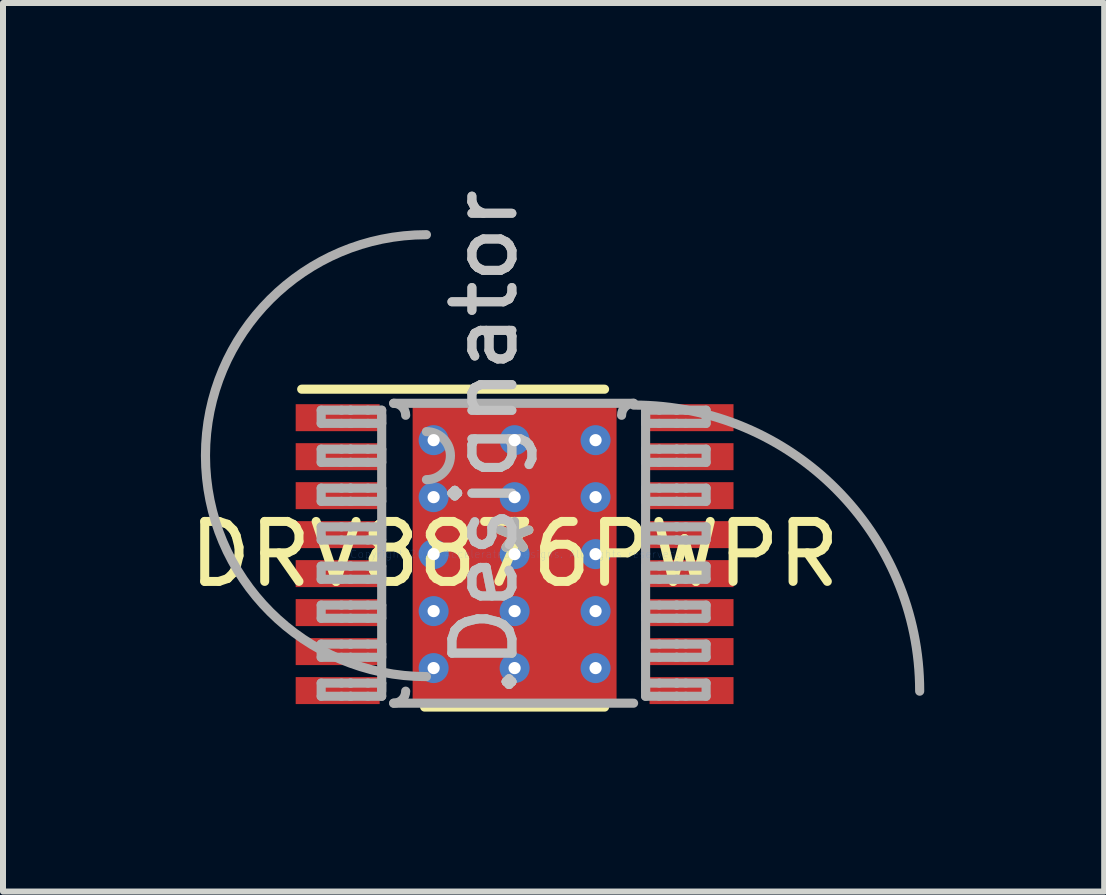
<source format=kicad_pcb>
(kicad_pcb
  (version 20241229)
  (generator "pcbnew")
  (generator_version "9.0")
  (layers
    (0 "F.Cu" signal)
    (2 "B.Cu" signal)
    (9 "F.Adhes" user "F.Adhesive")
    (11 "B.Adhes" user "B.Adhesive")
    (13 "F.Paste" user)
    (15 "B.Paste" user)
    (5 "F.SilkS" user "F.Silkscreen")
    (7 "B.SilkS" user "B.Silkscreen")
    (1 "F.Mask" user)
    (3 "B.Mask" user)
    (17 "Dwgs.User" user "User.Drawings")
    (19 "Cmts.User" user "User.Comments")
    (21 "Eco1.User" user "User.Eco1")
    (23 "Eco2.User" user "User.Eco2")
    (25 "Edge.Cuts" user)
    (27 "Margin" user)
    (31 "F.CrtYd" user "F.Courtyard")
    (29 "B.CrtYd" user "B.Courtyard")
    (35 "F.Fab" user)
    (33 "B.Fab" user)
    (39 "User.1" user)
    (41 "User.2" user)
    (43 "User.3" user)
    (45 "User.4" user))
  (footprint "DRV8876PWPR"
    (layer "F.Cu")
    (at 5.53 6.189)
    (property "Reference" "DRV8876PWPR" (at 0 0 0) (layer "F.SilkS") (effects (font (size 1 1) (thickness 0.15))))
    (attr through_hole)
    (fp_line (start -1.23 -1.726) (end -1.229 -1.735) (stroke (width 0.152) (type solid)) (layer "F.Mask"))
    (fp_line (start -1.23 1.726) (end -1.23 -1.726) (stroke (width 0.152) (type solid)) (layer "F.Mask"))
    (fp_line (start -1.229 -1.735) (end -1.226 -1.745) (stroke (width 0.152) (type solid)) (layer "F.Mask"))
    (fp_line (start -1.229 1.735) (end -1.23 1.726) (stroke (width 0.152) (type solid)) (layer "F.Mask"))
    (fp_line (start -1.226 -1.745) (end -1.222 -1.753) (stroke (width 0.152) (type solid)) (layer "F.Mask"))
    (fp_line (start -1.226 1.745) (end -1.229 1.735) (stroke (width 0.152) (type solid)) (layer "F.Mask"))
    (fp_line (start -1.222 -1.753) (end -1.216 -1.761) (stroke (width 0.152) (type solid)) (layer "F.Mask"))
    (fp_line (start -1.222 1.753) (end -1.226 1.745) (stroke (width 0.152) (type solid)) (layer "F.Mask"))
    (fp_line (start -1.216 -1.761) (end -1.208 -1.767) (stroke (width 0.152) (type solid)) (layer "F.Mask"))
    (fp_line (start -1.216 1.761) (end -1.222 1.753) (stroke (width 0.152) (type solid)) (layer "F.Mask"))
    (fp_line (start -1.208 -1.767) (end -1.2 -1.771) (stroke (width 0.152) (type solid)) (layer "F.Mask"))
    (fp_line (start -1.208 1.767) (end -1.216 1.761) (stroke (width 0.152) (type solid)) (layer "F.Mask"))
    (fp_line (start -1.2 -1.771) (end -1.19 -1.774) (stroke (width 0.152) (type solid)) (layer "F.Mask"))
    (fp_line (start -1.2 1.771) (end -1.208 1.767) (stroke (width 0.152) (type solid)) (layer "F.Mask"))
    (fp_line (start -1.19 -1.774) (end -1.181 -1.775) (stroke (width 0.152) (type solid)) (layer "F.Mask"))
    (fp_line (start -1.19 1.774) (end -1.2 1.771) (stroke (width 0.152) (type solid)) (layer "F.Mask"))
    (fp_line (start -1.181 -1.775) (end 1.181 -1.775) (stroke (width 0.152) (type solid)) (layer "F.Mask"))
    (fp_line (start -1.181 1.775) (end -1.19 1.774) (stroke (width 0.152) (type solid)) (layer "F.Mask"))
    (fp_line (start 1.181 -1.775) (end 1.19 -1.774) (stroke (width 0.152) (type solid)) (layer "F.Mask"))
    (fp_line (start 1.181 1.775) (end -1.181 1.775) (stroke (width 0.152) (type solid)) (layer "F.Mask"))
    (fp_line (start 1.19 -1.774) (end 1.2 -1.771) (stroke (width 0.152) (type solid)) (layer "F.Mask"))
    (fp_line (start 1.19 1.774) (end 1.181 1.775) (stroke (width 0.152) (type solid)) (layer "F.Mask"))
    (fp_line (start 1.2 -1.771) (end 1.208 -1.767) (stroke (width 0.152) (type solid)) (layer "F.Mask"))
    (fp_line (start 1.2 1.771) (end 1.19 1.774) (stroke (width 0.152) (type solid)) (layer "F.Mask"))
    (fp_line (start 1.208 -1.767) (end 1.216 -1.761) (stroke (width 0.152) (type solid)) (layer "F.Mask"))
    (fp_line (start 1.208 1.767) (end 1.2 1.771) (stroke (width 0.152) (type solid)) (layer "F.Mask"))
    (fp_line (start 1.216 -1.761) (end 1.222 -1.753) (stroke (width 0.152) (type solid)) (layer "F.Mask"))
    (fp_line (start 1.216 1.761) (end 1.208 1.767) (stroke (width 0.152) (type solid)) (layer "F.Mask"))
    (fp_line (start 1.222 -1.753) (end 1.226 -1.745) (stroke (width 0.152) (type solid)) (layer "F.Mask"))
    (fp_line (start 1.222 1.753) (end 1.216 1.761) (stroke (width 0.152) (type solid)) (layer "F.Mask"))
    (fp_line (start 1.226 -1.745) (end 1.229 -1.735) (stroke (width 0.152) (type solid)) (layer "F.Mask"))
    (fp_line (start 1.226 1.745) (end 1.222 1.753) (stroke (width 0.152) (type solid)) (layer "F.Mask"))
    (fp_line (start 1.229 -1.735) (end 1.23 -1.726) (stroke (width 0.152) (type solid)) (layer "F.Mask"))
    (fp_line (start 1.229 1.735) (end 1.226 1.745) (stroke (width 0.152) (type solid)) (layer "F.Mask"))
    (fp_line (start 1.23 -1.726) (end 1.23 1.726) (stroke (width 0.152) (type solid)) (layer "F.Mask"))
    (fp_line (start 1.23 1.726) (end 1.229 1.735) (stroke (width 0.152) (type solid)) (layer "F.Mask"))
    (fp_line (start -3.55 -2.75) (end 1.5 -2.75) (stroke (width 0.152) (type solid)) (layer "F.SilkS"))
    (fp_line (start -1.5 2.55) (end 1.5 2.55) (stroke (width 0.152) (type solid)) (layer "F.SilkS"))
    (fp_line (start -1.23 -1.726) (end -1.229 -1.735) (stroke (width 0.152) (type solid)) (layer "F.Paste"))
    (fp_line (start -1.23 1.726) (end -1.23 -1.726) (stroke (width 0.152) (type solid)) (layer "F.Paste"))
    (fp_line (start -1.229 -1.735) (end -1.226 -1.745) (stroke (width 0.152) (type solid)) (layer "F.Paste"))
    (fp_line (start -1.229 1.735) (end -1.23 1.726) (stroke (width 0.152) (type solid)) (layer "F.Paste"))
    (fp_line (start -1.226 -1.745) (end -1.222 -1.753) (stroke (width 0.152) (type solid)) (layer "F.Paste"))
    (fp_line (start -1.226 1.745) (end -1.229 1.735) (stroke (width 0.152) (type solid)) (layer "F.Paste"))
    (fp_line (start -1.222 -1.753) (end -1.216 -1.761) (stroke (width 0.152) (type solid)) (layer "F.Paste"))
    (fp_line (start -1.222 1.753) (end -1.226 1.745) (stroke (width 0.152) (type solid)) (layer "F.Paste"))
    (fp_line (start -1.216 -1.761) (end -1.208 -1.767) (stroke (width 0.152) (type solid)) (layer "F.Paste"))
    (fp_line (start -1.216 1.761) (end -1.222 1.753) (stroke (width 0.152) (type solid)) (layer "F.Paste"))
    (fp_line (start -1.208 -1.767) (end -1.2 -1.771) (stroke (width 0.152) (type solid)) (layer "F.Paste"))
    (fp_line (start -1.208 1.767) (end -1.216 1.761) (stroke (width 0.152) (type solid)) (layer "F.Paste"))
    (fp_line (start -1.2 -1.771) (end -1.19 -1.774) (stroke (width 0.152) (type solid)) (layer "F.Paste"))
    (fp_line (start -1.2 1.771) (end -1.208 1.767) (stroke (width 0.152) (type solid)) (layer "F.Paste"))
    (fp_line (start -1.19 -1.774) (end -1.181 -1.775) (stroke (width 0.152) (type solid)) (layer "F.Paste"))
    (fp_line (start -1.19 1.774) (end -1.2 1.771) (stroke (width 0.152) (type solid)) (layer "F.Paste"))
    (fp_line (start -1.181 -1.775) (end 1.181 -1.775) (stroke (width 0.152) (type solid)) (layer "F.Paste"))
    (fp_line (start -1.181 1.775) (end -1.19 1.774) (stroke (width 0.152) (type solid)) (layer "F.Paste"))
    (fp_line (start 1.181 -1.775) (end 1.19 -1.774) (stroke (width 0.152) (type solid)) (layer "F.Paste"))
    (fp_line (start 1.181 1.775) (end -1.181 1.775) (stroke (width 0.152) (type solid)) (layer "F.Paste"))
    (fp_line (start 1.19 -1.774) (end 1.2 -1.771) (stroke (width 0.152) (type solid)) (layer "F.Paste"))
    (fp_line (start 1.19 1.774) (end 1.181 1.775) (stroke (width 0.152) (type solid)) (layer "F.Paste"))
    (fp_line (start 1.2 -1.771) (end 1.208 -1.767) (stroke (width 0.152) (type solid)) (layer "F.Paste"))
    (fp_line (start 1.2 1.771) (end 1.19 1.774) (stroke (width 0.152) (type solid)) (layer "F.Paste"))
    (fp_line (start 1.208 -1.767) (end 1.216 -1.761) (stroke (width 0.152) (type solid)) (layer "F.Paste"))
    (fp_line (start 1.208 1.767) (end 1.2 1.771) (stroke (width 0.152) (type solid)) (layer "F.Paste"))
    (fp_line (start 1.216 -1.761) (end 1.222 -1.753) (stroke (width 0.152) (type solid)) (layer "F.Paste"))
    (fp_line (start 1.216 1.761) (end 1.208 1.767) (stroke (width 0.152) (type solid)) (layer "F.Paste"))
    (fp_line (start 1.222 -1.753) (end 1.226 -1.745) (stroke (width 0.152) (type solid)) (layer "F.Paste"))
    (fp_line (start 1.222 1.753) (end 1.216 1.761) (stroke (width 0.152) (type solid)) (layer "F.Paste"))
    (fp_line (start 1.226 -1.745) (end 1.229 -1.735) (stroke (width 0.152) (type solid)) (layer "F.Paste"))
    (fp_line (start 1.226 1.745) (end 1.222 1.753) (stroke (width 0.152) (type solid)) (layer "F.Paste"))
    (fp_line (start 1.229 -1.735) (end 1.23 -1.726) (stroke (width 0.152) (type solid)) (layer "F.Paste"))
    (fp_line (start 1.229 1.735) (end 1.226 1.745) (stroke (width 0.152) (type solid)) (layer "F.Paste"))
    (fp_line (start 1.23 -1.726) (end 1.23 1.726) (stroke (width 0.152) (type solid)) (layer "F.Paste"))
    (fp_line (start 1.23 1.726) (end 1.229 1.735) (stroke (width 0.152) (type solid)) (layer "F.Paste"))
    (fp_line (start -3.225 -2.4) (end -2.887 -2.4) (stroke (width 0.152) (type solid)) (layer "F.Fab"))
    (fp_line (start -3.225 -2.18) (end -3.225 -2.4) (stroke (width 0.152) (type solid)) (layer "F.Fab"))
    (fp_line (start -3.225 -2.18) (end -2.887 -2.18) (stroke (width 0.152) (type solid)) (layer "F.Fab"))
    (fp_line (start -3.225 -1.75) (end -2.887 -1.75) (stroke (width 0.152) (type solid)) (layer "F.Fab"))
    (fp_line (start -3.225 -1.53) (end -3.225 -1.75) (stroke (width 0.152) (type solid)) (layer "F.Fab"))
    (fp_line (start -3.225 -1.53) (end -2.887 -1.53) (stroke (width 0.152) (type solid)) (layer "F.Fab"))
    (fp_line (start -3.225 -1.1) (end -2.887 -1.1) (stroke (width 0.152) (type solid)) (layer "F.Fab"))
    (fp_line (start -3.225 -0.88) (end -3.225 -1.1) (stroke (width 0.152) (type solid)) (layer "F.Fab"))
    (fp_line (start -3.225 -0.88) (end -2.887 -0.88) (stroke (width 0.152) (type solid)) (layer "F.Fab"))
    (fp_line (start -3.225 -0.455) (end -2.887 -0.455) (stroke (width 0.152) (type solid)) (layer "F.Fab"))
    (fp_line (start -3.225 -0.235) (end -3.225 -0.455) (stroke (width 0.152) (type solid)) (layer "F.Fab"))
    (fp_line (start -3.225 -0.235) (end -2.887 -0.235) (stroke (width 0.152) (type solid)) (layer "F.Fab"))
    (fp_line (start -3.225 0.2) (end -2.887 0.2) (stroke (width 0.152) (type solid)) (layer "F.Fab"))
    (fp_line (start -3.225 0.42) (end -3.225 0.2) (stroke (width 0.152) (type solid)) (layer "F.Fab"))
    (fp_line (start -3.225 0.42) (end -2.887 0.42) (stroke (width 0.152) (type solid)) (layer "F.Fab"))
    (fp_line (start -3.225 0.85) (end -2.887 0.85) (stroke (width 0.152) (type solid)) (layer "F.Fab"))
    (fp_line (start -3.225 1.07) (end -3.225 0.85) (stroke (width 0.152) (type solid)) (layer "F.Fab"))
    (fp_line (start -3.225 1.07) (end -2.887 1.07) (stroke (width 0.152) (type solid)) (layer "F.Fab"))
    (fp_line (start -3.225 1.5) (end -2.887 1.5) (stroke (width 0.152) (type solid)) (layer "F.Fab"))
    (fp_line (start -3.225 1.72) (end -3.225 1.5) (stroke (width 0.152) (type solid)) (layer "F.Fab"))
    (fp_line (start -3.225 1.72) (end -2.887 1.72) (stroke (width 0.152) (type solid)) (layer "F.Fab"))
    (fp_line (start -3.225 2.15) (end -2.887 2.15) (stroke (width 0.152) (type solid)) (layer "F.Fab"))
    (fp_line (start -3.225 2.37) (end -3.225 2.15) (stroke (width 0.152) (type solid)) (layer "F.Fab"))
    (fp_line (start -3.225 2.37) (end -2.887 2.37) (stroke (width 0.152) (type solid)) (layer "F.Fab"))
    (fp_line (start -2.887 -2.4) (end -2.739 -2.4) (stroke (width 0.152) (type solid)) (layer "F.Fab"))
    (fp_line (start -2.887 -2.18) (end -2.739 -2.18) (stroke (width 0.152) (type solid)) (layer "F.Fab"))
    (fp_line (start -2.887 -1.75) (end -2.739 -1.75) (stroke (width 0.152) (type solid)) (layer "F.Fab"))
    (fp_line (start -2.887 -1.53) (end -2.739 -1.53) (stroke (width 0.152) (type solid)) (layer "F.Fab"))
    (fp_line (start -2.887 -1.1) (end -2.739 -1.1) (stroke (width 0.152) (type solid)) (layer "F.Fab"))
    (fp_line (start -2.887 -0.88) (end -2.739 -0.88) (stroke (width 0.152) (type solid)) (layer "F.Fab"))
    (fp_line (start -2.887 -0.455) (end -2.739 -0.455) (stroke (width 0.152) (type solid)) (layer "F.Fab"))
    (fp_line (start -2.887 -0.235) (end -2.739 -0.235) (stroke (width 0.152) (type solid)) (layer "F.Fab"))
    (fp_line (start -2.887 0.2) (end -2.739 0.2) (stroke (width 0.152) (type solid)) (layer "F.Fab"))
    (fp_line (start -2.887 0.42) (end -2.739 0.42) (stroke (width 0.152) (type solid)) (layer "F.Fab"))
    (fp_line (start -2.887 0.85) (end -2.739 0.85) (stroke (width 0.152) (type solid)) (layer "F.Fab"))
    (fp_line (start -2.887 1.07) (end -2.739 1.07) (stroke (width 0.152) (type solid)) (layer "F.Fab"))
    (fp_line (start -2.887 1.5) (end -2.739 1.5) (stroke (width 0.152) (type solid)) (layer "F.Fab"))
    (fp_line (start -2.887 1.72) (end -2.739 1.72) (stroke (width 0.152) (type solid)) (layer "F.Fab"))
    (fp_line (start -2.887 2.15) (end -2.739 2.15) (stroke (width 0.152) (type solid)) (layer "F.Fab"))
    (fp_line (start -2.887 2.37) (end -2.739 2.37) (stroke (width 0.152) (type solid)) (layer "F.Fab"))
    (fp_line (start -2.739 -2.4) (end -2.73 -2.4) (stroke (width 0.152) (type solid)) (layer "F.Fab"))
    (fp_line (start -2.739 -2.18) (end -2.73 -2.18) (stroke (width 0.152) (type solid)) (layer "F.Fab"))
    (fp_line (start -2.739 -1.75) (end -2.73 -1.75) (stroke (width 0.152) (type solid)) (layer "F.Fab"))
    (fp_line (start -2.739 -1.53) (end -2.73 -1.53) (stroke (width 0.152) (type solid)) (layer "F.Fab"))
    (fp_line (start -2.739 -1.1) (end -2.73 -1.1) (stroke (width 0.152) (type solid)) (layer "F.Fab"))
    (fp_line (start -2.739 -0.88) (end -2.73 -0.88) (stroke (width 0.152) (type solid)) (layer "F.Fab"))
    (fp_line (start -2.739 -0.455) (end -2.73 -0.455) (stroke (width 0.152) (type solid)) (layer "F.Fab"))
    (fp_line (start -2.739 -0.235) (end -2.73 -0.235) (stroke (width 0.152) (type solid)) (layer "F.Fab"))
    (fp_line (start -2.739 0.2) (end -2.73 0.2) (stroke (width 0.152) (type solid)) (layer "F.Fab"))
    (fp_line (start -2.739 0.42) (end -2.73 0.42) (stroke (width 0.152) (type solid)) (layer "F.Fab"))
    (fp_line (start -2.739 0.85) (end -2.73 0.85) (stroke (width 0.152) (type solid)) (layer "F.Fab"))
    (fp_line (start -2.739 1.07) (end -2.73 1.07) (stroke (width 0.152) (type solid)) (layer "F.Fab"))
    (fp_line (start -2.739 1.5) (end -2.73 1.5) (stroke (width 0.152) (type solid)) (layer "F.Fab"))
    (fp_line (start -2.739 1.72) (end -2.73 1.72) (stroke (width 0.152) (type solid)) (layer "F.Fab"))
    (fp_line (start -2.739 2.15) (end -2.73 2.15) (stroke (width 0.152) (type solid)) (layer "F.Fab"))
    (fp_line (start -2.739 2.37) (end -2.73 2.37) (stroke (width 0.152) (type solid)) (layer "F.Fab"))
    (fp_line (start -2.73 -2.4) (end -2.446 -2.4) (stroke (width 0.152) (type solid)) (layer "F.Fab"))
    (fp_line (start -2.73 -2.18) (end -2.446 -2.18) (stroke (width 0.152) (type solid)) (layer "F.Fab"))
    (fp_line (start -2.73 -1.75) (end -2.446 -1.75) (stroke (width 0.152) (type solid)) (layer "F.Fab"))
    (fp_line (start -2.73 -1.53) (end -2.446 -1.53) (stroke (width 0.152) (type solid)) (layer "F.Fab"))
    (fp_line (start -2.73 -1.1) (end -2.446 -1.1) (stroke (width 0.152) (type solid)) (layer "F.Fab"))
    (fp_line (start -2.73 -0.88) (end -2.446 -0.88) (stroke (width 0.152) (type solid)) (layer "F.Fab"))
    (fp_line (start -2.73 -0.455) (end -2.446 -0.455) (stroke (width 0.152) (type solid)) (layer "F.Fab"))
    (fp_line (start -2.73 -0.235) (end -2.446 -0.235) (stroke (width 0.152) (type solid)) (layer "F.Fab"))
    (fp_line (start -2.73 0.2) (end -2.446 0.2) (stroke (width 0.152) (type solid)) (layer "F.Fab"))
    (fp_line (start -2.73 0.42) (end -2.446 0.42) (stroke (width 0.152) (type solid)) (layer "F.Fab"))
    (fp_line (start -2.73 0.85) (end -2.446 0.85) (stroke (width 0.152) (type solid)) (layer "F.Fab"))
    (fp_line (start -2.73 1.07) (end -2.446 1.07) (stroke (width 0.152) (type solid)) (layer "F.Fab"))
    (fp_line (start -2.73 1.5) (end -2.446 1.5) (stroke (width 0.152) (type solid)) (layer "F.Fab"))
    (fp_line (start -2.73 1.72) (end -2.446 1.72) (stroke (width 0.152) (type solid)) (layer "F.Fab"))
    (fp_line (start -2.73 2.15) (end -2.446 2.15) (stroke (width 0.152) (type solid)) (layer "F.Fab"))
    (fp_line (start -2.73 2.37) (end -2.446 2.37) (stroke (width 0.152) (type solid)) (layer "F.Fab"))
    (fp_line (start -2.446 -2.4) (end -2.216 -2.4) (stroke (width 0.152) (type solid)) (layer "F.Fab"))
    (fp_line (start -2.446 -2.18) (end -2.216 -2.18) (stroke (width 0.152) (type solid)) (layer "F.Fab"))
    (fp_line (start -2.446 -1.75) (end -2.216 -1.75) (stroke (width 0.152) (type solid)) (layer "F.Fab"))
    (fp_line (start -2.446 -1.53) (end -2.216 -1.53) (stroke (width 0.152) (type solid)) (layer "F.Fab"))
    (fp_line (start -2.446 -1.1) (end -2.216 -1.1) (stroke (width 0.152) (type solid)) (layer "F.Fab"))
    (fp_line (start -2.446 -0.88) (end -2.216 -0.88) (stroke (width 0.152) (type solid)) (layer "F.Fab"))
    (fp_line (start -2.446 -0.455) (end -2.216 -0.455) (stroke (width 0.152) (type solid)) (layer "F.Fab"))
    (fp_line (start -2.446 -0.235) (end -2.216 -0.235) (stroke (width 0.152) (type solid)) (layer "F.Fab"))
    (fp_line (start -2.446 0.2) (end -2.216 0.2) (stroke (width 0.152) (type solid)) (layer "F.Fab"))
    (fp_line (start -2.446 0.42) (end -2.216 0.42) (stroke (width 0.152) (type solid)) (layer "F.Fab"))
    (fp_line (start -2.446 0.85) (end -2.216 0.85) (stroke (width 0.152) (type solid)) (layer "F.Fab"))
    (fp_line (start -2.446 1.07) (end -2.216 1.07) (stroke (width 0.152) (type solid)) (layer "F.Fab"))
    (fp_line (start -2.446 1.5) (end -2.216 1.5) (stroke (width 0.152) (type solid)) (layer "F.Fab"))
    (fp_line (start -2.446 1.72) (end -2.216 1.72) (stroke (width 0.152) (type solid)) (layer "F.Fab"))
    (fp_line (start -2.446 2.15) (end -2.216 2.15) (stroke (width 0.152) (type solid)) (layer "F.Fab"))
    (fp_line (start -2.446 2.37) (end -2.216 2.37) (stroke (width 0.152) (type solid)) (layer "F.Fab"))
    (fp_line (start -2.216 -2.18) (end -2.216 -2.4) (stroke (width 0.152) (type solid)) (layer "F.Fab"))
    (fp_line (start -2.216 -1.53) (end -2.216 -1.75) (stroke (width 0.152) (type solid)) (layer "F.Fab"))
    (fp_line (start -2.216 -0.88) (end -2.216 -1.1) (stroke (width 0.152) (type solid)) (layer "F.Fab"))
    (fp_line (start -2.216 -0.235) (end -2.216 -0.455) (stroke (width 0.152) (type solid)) (layer "F.Fab"))
    (fp_line (start -2.216 0.42) (end -2.216 0.2) (stroke (width 0.152) (type solid)) (layer "F.Fab"))
    (fp_line (start -2.216 1.07) (end -2.216 0.85) (stroke (width 0.152) (type solid)) (layer "F.Fab"))
    (fp_line (start -2.216 1.72) (end -2.216 1.5) (stroke (width 0.152) (type solid)) (layer "F.Fab"))
    (fp_line (start -2.216 2.285) (end -2.216 -2.315) (stroke (width 0.152) (type solid)) (layer "F.Fab"))
    (fp_line (start -2.216 2.37) (end -2.216 2.15) (stroke (width 0.152) (type solid)) (layer "F.Fab"))
    (fp_line (start -2.016 -2.515) (end 1.984 -2.515) (stroke (width 0.152) (type solid)) (layer "F.Fab"))
    (fp_line (start -2.016 2.485) (end 1.984 2.485) (stroke (width 0.152) (type solid)) (layer "F.Fab"))
    (fp_line (start 2.184 -2.4) (end 2.413 -2.4) (stroke (width 0.152) (type solid)) (layer "F.Fab"))
    (fp_line (start 2.184 -2.18) (end 2.184 -2.4) (stroke (width 0.152) (type solid)) (layer "F.Fab"))
    (fp_line (start 2.184 -2.18) (end 2.413 -2.18) (stroke (width 0.152) (type solid)) (layer "F.Fab"))
    (fp_line (start 2.184 -1.75) (end 2.413 -1.75) (stroke (width 0.152) (type solid)) (layer "F.Fab"))
    (fp_line (start 2.184 -1.53) (end 2.184 -1.75) (stroke (width 0.152) (type solid)) (layer "F.Fab"))
    (fp_line (start 2.184 -1.53) (end 2.413 -1.53) (stroke (width 0.152) (type solid)) (layer "F.Fab"))
    (fp_line (start 2.184 -1.1) (end 2.413 -1.1) (stroke (width 0.152) (type solid)) (layer "F.Fab"))
    (fp_line (start 2.184 -0.88) (end 2.184 -1.1) (stroke (width 0.152) (type solid)) (layer "F.Fab"))
    (fp_line (start 2.184 -0.88) (end 2.413 -0.88) (stroke (width 0.152) (type solid)) (layer "F.Fab"))
    (fp_line (start 2.184 -0.455) (end 2.413 -0.455) (stroke (width 0.152) (type solid)) (layer "F.Fab"))
    (fp_line (start 2.184 -0.235) (end 2.184 -0.455) (stroke (width 0.152) (type solid)) (layer "F.Fab"))
    (fp_line (start 2.184 -0.235) (end 2.413 -0.235) (stroke (width 0.152) (type solid)) (layer "F.Fab"))
    (fp_line (start 2.184 0.2) (end 2.413 0.2) (stroke (width 0.152) (type solid)) (layer "F.Fab"))
    (fp_line (start 2.184 0.42) (end 2.184 0.2) (stroke (width 0.152) (type solid)) (layer "F.Fab"))
    (fp_line (start 2.184 0.42) (end 2.413 0.42) (stroke (width 0.152) (type solid)) (layer "F.Fab"))
    (fp_line (start 2.184 0.85) (end 2.413 0.85) (stroke (width 0.152) (type solid)) (layer "F.Fab"))
    (fp_line (start 2.184 1.07) (end 2.184 0.85) (stroke (width 0.152) (type solid)) (layer "F.Fab"))
    (fp_line (start 2.184 1.07) (end 2.413 1.07) (stroke (width 0.152) (type solid)) (layer "F.Fab"))
    (fp_line (start 2.184 1.5) (end 2.413 1.5) (stroke (width 0.152) (type solid)) (layer "F.Fab"))
    (fp_line (start 2.184 1.72) (end 2.184 1.5) (stroke (width 0.152) (type solid)) (layer "F.Fab"))
    (fp_line (start 2.184 1.72) (end 2.413 1.72) (stroke (width 0.152) (type solid)) (layer "F.Fab"))
    (fp_line (start 2.184 2.15) (end 2.413 2.15) (stroke (width 0.152) (type solid)) (layer "F.Fab"))
    (fp_line (start 2.184 2.285) (end 2.184 -2.315) (stroke (width 0.152) (type solid)) (layer "F.Fab"))
    (fp_line (start 2.184 2.37) (end 2.184 2.15) (stroke (width 0.152) (type solid)) (layer "F.Fab"))
    (fp_line (start 2.184 2.37) (end 2.413 2.37) (stroke (width 0.152) (type solid)) (layer "F.Fab"))
    (fp_line (start 2.413 -2.4) (end 2.698 -2.4) (stroke (width 0.152) (type solid)) (layer "F.Fab"))
    (fp_line (start 2.413 -2.18) (end 2.698 -2.18) (stroke (width 0.152) (type solid)) (layer "F.Fab"))
    (fp_line (start 2.413 -1.75) (end 2.698 -1.75) (stroke (width 0.152) (type solid)) (layer "F.Fab"))
    (fp_line (start 2.413 -1.53) (end 2.698 -1.53) (stroke (width 0.152) (type solid)) (layer "F.Fab"))
    (fp_line (start 2.413 -1.1) (end 2.698 -1.1) (stroke (width 0.152) (type solid)) (layer "F.Fab"))
    (fp_line (start 2.413 -0.88) (end 2.698 -0.88) (stroke (width 0.152) (type solid)) (layer "F.Fab"))
    (fp_line (start 2.413 -0.455) (end 2.698 -0.455) (stroke (width 0.152) (type solid)) (layer "F.Fab"))
    (fp_line (start 2.413 -0.235) (end 2.698 -0.235) (stroke (width 0.152) (type solid)) (layer "F.Fab"))
    (fp_line (start 2.413 0.2) (end 2.698 0.2) (stroke (width 0.152) (type solid)) (layer "F.Fab"))
    (fp_line (start 2.413 0.42) (end 2.698 0.42) (stroke (width 0.152) (type solid)) (layer "F.Fab"))
    (fp_line (start 2.413 0.85) (end 2.698 0.85) (stroke (width 0.152) (type solid)) (layer "F.Fab"))
    (fp_line (start 2.413 1.07) (end 2.698 1.07) (stroke (width 0.152) (type solid)) (layer "F.Fab"))
    (fp_line (start 2.413 1.5) (end 2.698 1.5) (stroke (width 0.152) (type solid)) (layer "F.Fab"))
    (fp_line (start 2.413 1.72) (end 2.698 1.72) (stroke (width 0.152) (type solid)) (layer "F.Fab"))
    (fp_line (start 2.413 2.15) (end 2.698 2.15) (stroke (width 0.152) (type solid)) (layer "F.Fab"))
    (fp_line (start 2.413 2.37) (end 2.698 2.37) (stroke (width 0.152) (type solid)) (layer "F.Fab"))
    (fp_line (start 2.698 -2.4) (end 2.707 -2.4) (stroke (width 0.152) (type solid)) (layer "F.Fab"))
    (fp_line (start 2.698 -2.18) (end 2.707 -2.18) (stroke (width 0.152) (type solid)) (layer "F.Fab"))
    (fp_line (start 2.698 -1.75) (end 2.707 -1.75) (stroke (width 0.152) (type solid)) (layer "F.Fab"))
    (fp_line (start 2.698 -1.53) (end 2.707 -1.53) (stroke (width 0.152) (type solid)) (layer "F.Fab"))
    (fp_line (start 2.698 -1.1) (end 2.707 -1.1) (stroke (width 0.152) (type solid)) (layer "F.Fab"))
    (fp_line (start 2.698 -0.88) (end 2.707 -0.88) (stroke (width 0.152) (type solid)) (layer "F.Fab"))
    (fp_line (start 2.698 -0.455) (end 2.707 -0.455) (stroke (width 0.152) (type solid)) (layer "F.Fab"))
    (fp_line (start 2.698 -0.235) (end 2.707 -0.235) (stroke (width 0.152) (type solid)) (layer "F.Fab"))
    (fp_line (start 2.698 0.2) (end 2.707 0.2) (stroke (width 0.152) (type solid)) (layer "F.Fab"))
    (fp_line (start 2.698 0.42) (end 2.707 0.42) (stroke (width 0.152) (type solid)) (layer "F.Fab"))
    (fp_line (start 2.698 0.85) (end 2.707 0.85) (stroke (width 0.152) (type solid)) (layer "F.Fab"))
    (fp_line (start 2.698 1.07) (end 2.707 1.07) (stroke (width 0.152) (type solid)) (layer "F.Fab"))
    (fp_line (start 2.698 1.5) (end 2.707 1.5) (stroke (width 0.152) (type solid)) (layer "F.Fab"))
    (fp_line (start 2.698 1.72) (end 2.707 1.72) (stroke (width 0.152) (type solid)) (layer "F.Fab"))
    (fp_line (start 2.698 2.15) (end 2.707 2.15) (stroke (width 0.152) (type solid)) (layer "F.Fab"))
    (fp_line (start 2.698 2.37) (end 2.707 2.37) (stroke (width 0.152) (type solid)) (layer "F.Fab"))
    (fp_line (start 2.707 -2.4) (end 2.854 -2.4) (stroke (width 0.152) (type solid)) (layer "F.Fab"))
    (fp_line (start 2.707 -2.18) (end 2.854 -2.18) (stroke (width 0.152) (type solid)) (layer "F.Fab"))
    (fp_line (start 2.707 -1.75) (end 2.854 -1.75) (stroke (width 0.152) (type solid)) (layer "F.Fab"))
    (fp_line (start 2.707 -1.53) (end 2.854 -1.53) (stroke (width 0.152) (type solid)) (layer "F.Fab"))
    (fp_line (start 2.707 -1.1) (end 2.854 -1.1) (stroke (width 0.152) (type solid)) (layer "F.Fab"))
    (fp_line (start 2.707 -0.88) (end 2.854 -0.88) (stroke (width 0.152) (type solid)) (layer "F.Fab"))
    (fp_line (start 2.707 -0.455) (end 2.854 -0.455) (stroke (width 0.152) (type solid)) (layer "F.Fab"))
    (fp_line (start 2.707 -0.235) (end 2.854 -0.235) (stroke (width 0.152) (type solid)) (layer "F.Fab"))
    (fp_line (start 2.707 0.2) (end 2.854 0.2) (stroke (width 0.152) (type solid)) (layer "F.Fab"))
    (fp_line (start 2.707 0.42) (end 2.854 0.42) (stroke (width 0.152) (type solid)) (layer "F.Fab"))
    (fp_line (start 2.707 0.85) (end 2.854 0.85) (stroke (width 0.152) (type solid)) (layer "F.Fab"))
    (fp_line (start 2.707 1.07) (end 2.854 1.07) (stroke (width 0.152) (type solid)) (layer "F.Fab"))
    (fp_line (start 2.707 1.5) (end 2.854 1.5) (stroke (width 0.152) (type solid)) (layer "F.Fab"))
    (fp_line (start 2.707 1.72) (end 2.854 1.72) (stroke (width 0.152) (type solid)) (layer "F.Fab"))
    (fp_line (start 2.707 2.15) (end 2.854 2.15) (stroke (width 0.152) (type solid)) (layer "F.Fab"))
    (fp_line (start 2.707 2.37) (end 2.854 2.37) (stroke (width 0.152) (type solid)) (layer "F.Fab"))
    (fp_line (start 2.854 -2.4) (end 3.193 -2.4) (stroke (width 0.152) (type solid)) (layer "F.Fab"))
    (fp_line (start 2.854 -2.18) (end 3.193 -2.18) (stroke (width 0.152) (type solid)) (layer "F.Fab"))
    (fp_line (start 2.854 -1.75) (end 3.193 -1.75) (stroke (width 0.152) (type solid)) (layer "F.Fab"))
    (fp_line (start 2.854 -1.53) (end 3.193 -1.53) (stroke (width 0.152) (type solid)) (layer "F.Fab"))
    (fp_line (start 2.854 -1.1) (end 3.193 -1.1) (stroke (width 0.152) (type solid)) (layer "F.Fab"))
    (fp_line (start 2.854 -0.88) (end 3.193 -0.88) (stroke (width 0.152) (type solid)) (layer "F.Fab"))
    (fp_line (start 2.854 -0.455) (end 3.193 -0.455) (stroke (width 0.152) (type solid)) (layer "F.Fab"))
    (fp_line (start 2.854 -0.235) (end 3.193 -0.235) (stroke (width 0.152) (type solid)) (layer "F.Fab"))
    (fp_line (start 2.854 0.2) (end 3.193 0.2) (stroke (width 0.152) (type solid)) (layer "F.Fab"))
    (fp_line (start 2.854 0.42) (end 3.193 0.42) (stroke (width 0.152) (type solid)) (layer "F.Fab"))
    (fp_line (start 2.854 0.85) (end 3.193 0.85) (stroke (width 0.152) (type solid)) (layer "F.Fab"))
    (fp_line (start 2.854 1.07) (end 3.193 1.07) (stroke (width 0.152) (type solid)) (layer "F.Fab"))
    (fp_line (start 2.854 1.5) (end 3.193 1.5) (stroke (width 0.152) (type solid)) (layer "F.Fab"))
    (fp_line (start 2.854 1.72) (end 3.193 1.72) (stroke (width 0.152) (type solid)) (layer "F.Fab"))
    (fp_line (start 2.854 2.15) (end 3.193 2.15) (stroke (width 0.152) (type solid)) (layer "F.Fab"))
    (fp_line (start 2.854 2.37) (end 3.193 2.37) (stroke (width 0.152) (type solid)) (layer "F.Fab"))
    (fp_line (start 3.193 -2.18) (end 3.193 -2.4) (stroke (width 0.152) (type solid)) (layer "F.Fab"))
    (fp_line (start 3.193 -1.53) (end 3.193 -1.75) (stroke (width 0.152) (type solid)) (layer "F.Fab"))
    (fp_line (start 3.193 -0.88) (end 3.193 -1.1) (stroke (width 0.152) (type solid)) (layer "F.Fab"))
    (fp_line (start 3.193 -0.235) (end 3.193 -0.455) (stroke (width 0.152) (type solid)) (layer "F.Fab"))
    (fp_line (start 3.193 0.42) (end 3.193 0.2) (stroke (width 0.152) (type solid)) (layer "F.Fab"))
    (fp_line (start 3.193 1.07) (end 3.193 0.85) (stroke (width 0.152) (type solid)) (layer "F.Fab"))
    (fp_line (start 3.193 1.72) (end 3.193 1.5) (stroke (width 0.152) (type solid)) (layer "F.Fab"))
    (fp_line (start 3.193 2.37) (end 3.193 2.15) (stroke (width 0.152) (type solid)) (layer "F.Fab"))
    (fp_arc (start -2.016138 -2.514986) (mid -1.874717 -2.456407) (end -1.816138 -2.314986) (stroke (width 0.1524) (type solid)) (layer "F.Fab"))
    (fp_arc (start -1.816138 2.285004) (mid -1.874717 2.426425) (end -2.016138 2.485004) (stroke (width 0.1524) (type solid)) (layer "F.Fab"))
    (fp_arc (start -1.470139 -2.041987) (mid -1.07014 -1.641988) (end -1.470139 -1.241989) (stroke (width 0.1524) (type solid)) (layer "F.Fab"))
    (fp_arc (start -1.470139 2.041987) (mid -5.154114 -1.641988) (end -1.470139 -5.325963) (stroke (width 0.1524) (type solid)) (layer "F.Fab"))
    (fp_arc (start 1.783855 -2.314986) (mid 1.842433 -2.456407) (end 1.983854 -2.514985) (stroke (width 0.1524) (type solid)) (layer "F.Fab"))
    (fp_arc (start 1.983854 -2.485004) (mid 5.356759 -1.087901) (end 6.753862 2.285004) (stroke (width 0.1524) (type solid)) (layer "F.Fab"))
    (fp_text user "*" (at 0 0 0) (layer "F.SilkS") (effects (font (size 1 1) (thickness 0.15))))
    (fp_text user ".Designator" (at -0.5 -1.85 270) (layer "Dwgs.User") (effects (font (size 1 1) (thickness 0.15))))
    (fp_text user "Copyright 2016 Accelerated Designs. All rights reserved." (at 0 0 0) (layer "Cmts.User") (effects (font (size 0.127 0.127) (thickness 0.002))))
    (fp_text user "*" (at 0 0 0) (layer "F.Fab") (effects (font (size 1 1) (thickness 0.15))))
    (fp_text user ".Designator" (at -0.5 -1.85 270) (layer "F.Fab") (effects (font (size 1 1) (thickness 0.15))))
    (pad "1" smd rect (at -2.95 -2.275 90) (size 0.45 1.4) (layers "F.Cu" "F.Mask" "F.Paste"))
    (pad "2" smd rect (at -2.95 -1.625 90) (size 0.45 1.4) (layers "F.Cu" "F.Mask" "F.Paste"))
    (pad "3" smd rect (at -2.95 -0.975 90) (size 0.45 1.4) (layers "F.Cu" "F.Mask" "F.Paste"))
    (pad "4" smd rect (at -2.95 -0.325 90) (size 0.45 1.4) (layers "F.Cu" "F.Mask" "F.Paste"))
    (pad "5" smd rect (at -2.95 0.325 90) (size 0.45 1.4) (layers "F.Cu" "F.Mask" "F.Paste"))
    (pad "6" smd rect (at -2.95 0.975 90) (size 0.45 1.4) (layers "F.Cu" "F.Mask" "F.Paste"))
    (pad "7" smd rect (at -2.95 1.625 90) (size 0.45 1.4) (layers "F.Cu" "F.Mask" "F.Paste"))
    (pad "8" smd rect (at -2.95 2.275 90) (size 0.45 1.4) (layers "F.Cu" "F.Mask" "F.Paste"))
    (pad "9" smd rect (at 2.95 2.275 90) (size 0.45 1.4) (layers "F.Cu" "F.Mask" "F.Paste"))
    (pad "10" smd rect (at 2.95 1.625 90) (size 0.45 1.4) (layers "F.Cu" "F.Mask" "F.Paste"))
    (pad "11" smd rect (at 2.95 0.975 90) (size 0.45 1.4) (layers "F.Cu" "F.Mask" "F.Paste"))
    (pad "12" smd rect (at 2.95 0.325 90) (size 0.45 1.4) (layers "F.Cu" "F.Mask" "F.Paste"))
    (pad "13" smd rect (at 2.95 -0.325 90) (size 0.45 1.4) (layers "F.Cu" "F.Mask" "F.Paste"))
    (pad "14" smd rect (at 2.95 -0.975 90) (size 0.45 1.4) (layers "F.Cu" "F.Mask" "F.Paste"))
    (pad "15" smd rect (at 2.95 -1.625 90) (size 0.45 1.4) (layers "F.Cu" "F.Mask" "F.Paste"))
    (pad "16" smd rect (at 2.95 -2.275 90) (size 0.45 1.4) (layers "F.Cu" "F.Mask" "F.Paste"))
    (pad "17" smd rect (at 0 0) (size 3.4 5) (layers "F.Cu" "F.Mask" "F.Paste"))
    (pad "V" thru_hole circle (at -1.35 -1.9) (size 0.5 0.5) (drill 0.203) (layers "*.Cu" "*.Mask"))
    (pad "V" thru_hole circle (at -1.35 -0.95) (size 0.5 0.5) (drill 0.203) (layers "*.Cu" "*.Mask"))
    (pad "V" thru_hole circle (at -1.35 0) (size 0.5 0.5) (drill 0.203) (layers "*.Cu" "*.Mask"))
    (pad "V" thru_hole circle (at -1.35 0.95) (size 0.5 0.5) (drill 0.203) (layers "*.Cu" "*.Mask"))
    (pad "V" thru_hole circle (at -1.35 1.9) (size 0.5 0.5) (drill 0.203) (layers "*.Cu" "*.Mask"))
    (pad "V" thru_hole circle (at 0 -1.9) (size 0.5 0.5) (drill 0.203) (layers "*.Cu" "*.Mask"))
    (pad "V" thru_hole circle (at 0 -0.95) (size 0.5 0.5) (drill 0.203) (layers "*.Cu" "*.Mask"))
    (pad "V" thru_hole circle (at 0 0) (size 0.5 0.5) (drill 0.203) (layers "*.Cu" "*.Mask"))
    (pad "V" thru_hole circle (at 0 0.95) (size 0.5 0.5) (drill 0.203) (layers "*.Cu" "*.Mask"))
    (pad "V" thru_hole circle (at 0 1.9) (size 0.5 0.5) (drill 0.203) (layers "*.Cu" "*.Mask"))
    (pad "V" thru_hole circle (at 1.35 -1.9) (size 0.5 0.5) (drill 0.203) (layers "*.Cu" "*.Mask"))
    (pad "V" thru_hole circle (at 1.35 -0.95) (size 0.5 0.5) (drill 0.203) (layers "*.Cu" "*.Mask"))
    (pad "V" thru_hole circle (at 1.35 0) (size 0.5 0.5) (drill 0.203) (layers "*.Cu" "*.Mask"))
    (pad "V" thru_hole circle (at 1.35 0.95) (size 0.5 0.5) (drill 0.203) (layers "*.Cu" "*.Mask"))
    (pad "V" thru_hole circle (at 1.35 1.9) (size 0.5 0.5) (drill 0.203) (layers "*.Cu" "*.Mask")))
  (gr_rect
    (start -3 -3)
    (end 15.36 11.815)
    (stroke (width 0.1) (type default))
    (fill no)
    (layer "Edge.Cuts")))
</source>
